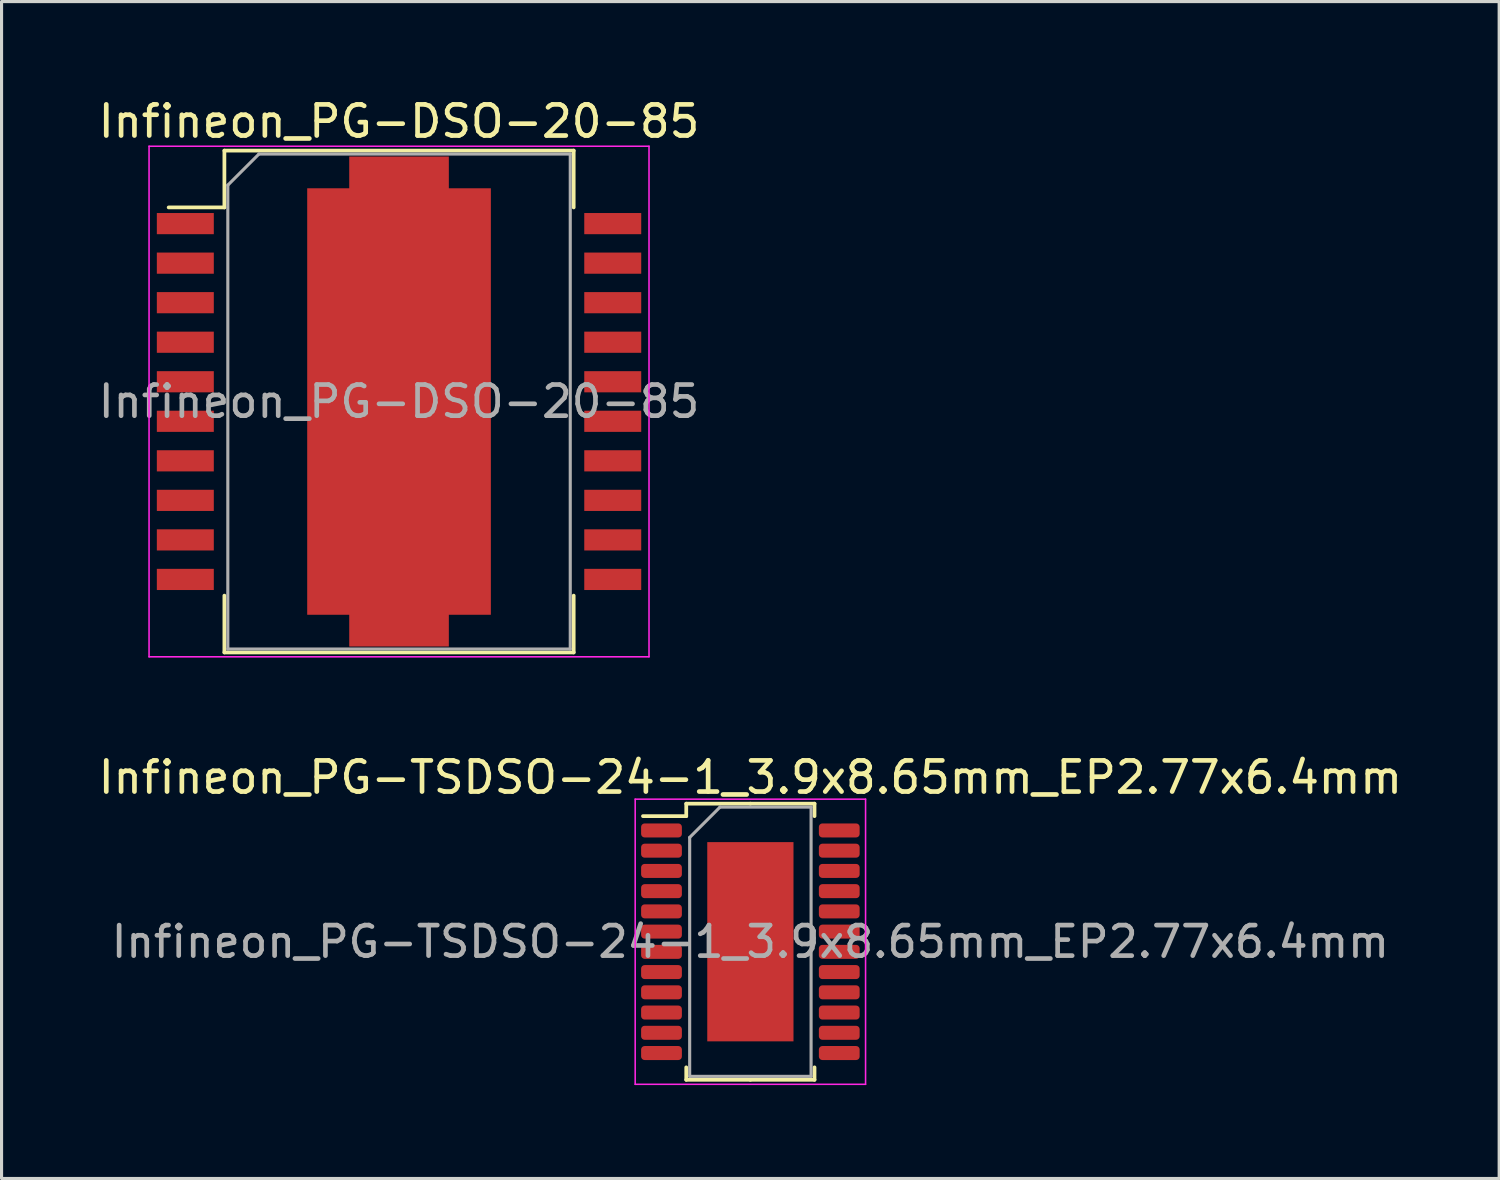
<source format=kicad_pcb>
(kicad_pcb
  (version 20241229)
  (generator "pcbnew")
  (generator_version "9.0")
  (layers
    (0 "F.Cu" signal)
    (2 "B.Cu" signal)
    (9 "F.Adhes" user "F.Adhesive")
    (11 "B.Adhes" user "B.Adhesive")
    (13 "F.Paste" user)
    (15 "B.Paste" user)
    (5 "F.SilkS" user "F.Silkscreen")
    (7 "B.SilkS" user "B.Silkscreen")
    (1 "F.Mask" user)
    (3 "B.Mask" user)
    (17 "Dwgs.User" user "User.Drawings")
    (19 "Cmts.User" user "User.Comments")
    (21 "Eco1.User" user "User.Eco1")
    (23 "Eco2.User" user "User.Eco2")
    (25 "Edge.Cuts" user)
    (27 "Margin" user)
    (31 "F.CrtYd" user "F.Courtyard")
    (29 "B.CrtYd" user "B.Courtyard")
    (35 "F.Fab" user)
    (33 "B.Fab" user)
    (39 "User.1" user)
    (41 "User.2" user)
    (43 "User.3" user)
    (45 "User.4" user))
  (footprint "Infineon_PG-TSDSO-24-1_3.9x8.65mm_EP2.77x6.4mm"
    (layer "F.Cu")
    (at 21.054 27.201)
    (property "Reference" "Infineon_PG-TSDSO-24-1_3.9x8.65mm_EP2.77x6.4mm" (at 0 -5.28 0) (layer "F.SilkS") (effects (font (size 1 1) (thickness 0.15))))
    (attr smd)
    (fp_line (start -2.06 -4.435) (end -2.06 -4.035) (stroke (width 0.12) (type solid)) (layer "F.SilkS"))
    (fp_line (start -2.06 -4.035) (end -3.45 -4.035) (stroke (width 0.12) (type solid)) (layer "F.SilkS"))
    (fp_line (start -2.06 4.435) (end -2.06 4.035) (stroke (width 0.12) (type solid)) (layer "F.SilkS"))
    (fp_line (start 0 -4.435) (end -2.06 -4.435) (stroke (width 0.12) (type solid)) (layer "F.SilkS"))
    (fp_line (start 0 -4.435) (end 2.06 -4.435) (stroke (width 0.12) (type solid)) (layer "F.SilkS"))
    (fp_line (start 0 4.435) (end -2.06 4.435) (stroke (width 0.12) (type solid)) (layer "F.SilkS"))
    (fp_line (start 0 4.435) (end 2.06 4.435) (stroke (width 0.12) (type solid)) (layer "F.SilkS"))
    (fp_line (start 2.06 -4.435) (end 2.06 -4.035) (stroke (width 0.12) (type solid)) (layer "F.SilkS"))
    (fp_line (start 2.06 4.435) (end 2.06 4.035) (stroke (width 0.12) (type solid)) (layer "F.SilkS"))
    (fp_line (start -3.7 -4.58) (end -3.7 4.58) (stroke (width 0.05) (type solid)) (layer "F.CrtYd"))
    (fp_line (start -3.7 4.58) (end 3.7 4.58) (stroke (width 0.05) (type solid)) (layer "F.CrtYd"))
    (fp_line (start 3.7 -4.58) (end -3.7 -4.58) (stroke (width 0.05) (type solid)) (layer "F.CrtYd"))
    (fp_line (start 3.7 4.58) (end 3.7 -4.58) (stroke (width 0.05) (type solid)) (layer "F.CrtYd"))
    (fp_line (start -1.95 -3.35) (end -0.975 -4.325) (stroke (width 0.1) (type solid)) (layer "F.Fab"))
    (fp_line (start -1.95 4.325) (end -1.95 -3.35) (stroke (width 0.1) (type solid)) (layer "F.Fab"))
    (fp_line (start -0.975 -4.325) (end 1.95 -4.325) (stroke (width 0.1) (type solid)) (layer "F.Fab"))
    (fp_line (start 1.95 -4.325) (end 1.95 4.325) (stroke (width 0.1) (type solid)) (layer "F.Fab"))
    (fp_line (start 1.95 4.325) (end -1.95 4.325) (stroke (width 0.1) (type solid)) (layer "F.Fab"))
    (fp_text user "${REFERENCE}" (at 0 0 0) (layer "F.Fab") (effects (font (size 0.98 0.98) (thickness 0.15))))
    (pad "" smd roundrect (at 0 -1.65) (size 2.57 2.9) (layers "F.Paste") (roundrect_rratio 0.112))
    (pad "" smd roundrect (at 0 1.65) (size 2.57 2.9) (layers "F.Paste") (roundrect_rratio 0.112))
    (pad "1" smd roundrect (at -2.855 -3.575) (size 1.31 0.45) (layers "F.Cu" "F.Mask" "F.Paste") (roundrect_rratio 0.25))
    (pad "2" smd roundrect (at -2.855 -2.925) (size 1.31 0.45) (layers "F.Cu" "F.Mask" "F.Paste") (roundrect_rratio 0.25))
    (pad "3" smd roundrect (at -2.855 -2.275) (size 1.31 0.45) (layers "F.Cu" "F.Mask" "F.Paste") (roundrect_rratio 0.25))
    (pad "4" smd roundrect (at -2.855 -1.625) (size 1.31 0.45) (layers "F.Cu" "F.Mask" "F.Paste") (roundrect_rratio 0.25))
    (pad "5" smd roundrect (at -2.855 -0.975) (size 1.31 0.45) (layers "F.Cu" "F.Mask" "F.Paste") (roundrect_rratio 0.25))
    (pad "6" smd roundrect (at -2.855 -0.325) (size 1.31 0.45) (layers "F.Cu" "F.Mask" "F.Paste") (roundrect_rratio 0.25))
    (pad "7" smd roundrect (at -2.855 0.325) (size 1.31 0.45) (layers "F.Cu" "F.Mask" "F.Paste") (roundrect_rratio 0.25))
    (pad "8" smd roundrect (at -2.855 0.975) (size 1.31 0.45) (layers "F.Cu" "F.Mask" "F.Paste") (roundrect_rratio 0.25))
    (pad "9" smd roundrect (at -2.855 1.625) (size 1.31 0.45) (layers "F.Cu" "F.Mask" "F.Paste") (roundrect_rratio 0.25))
    (pad "10" smd roundrect (at -2.855 2.275) (size 1.31 0.45) (layers "F.Cu" "F.Mask" "F.Paste") (roundrect_rratio 0.25))
    (pad "11" smd roundrect (at -2.855 2.925) (size 1.31 0.45) (layers "F.Cu" "F.Mask" "F.Paste") (roundrect_rratio 0.25))
    (pad "12" smd roundrect (at -2.855 3.575) (size 1.31 0.45) (layers "F.Cu" "F.Mask" "F.Paste") (roundrect_rratio 0.25))
    (pad "13" smd roundrect (at 2.855 3.575) (size 1.31 0.45) (layers "F.Cu" "F.Mask" "F.Paste") (roundrect_rratio 0.25))
    (pad "14" smd roundrect (at 2.855 2.925) (size 1.31 0.45) (layers "F.Cu" "F.Mask" "F.Paste") (roundrect_rratio 0.25))
    (pad "15" smd roundrect (at 2.855 2.275) (size 1.31 0.45) (layers "F.Cu" "F.Mask" "F.Paste") (roundrect_rratio 0.25))
    (pad "16" smd roundrect (at 2.855 1.625) (size 1.31 0.45) (layers "F.Cu" "F.Mask" "F.Paste") (roundrect_rratio 0.25))
    (pad "17" smd roundrect (at 2.855 0.975) (size 1.31 0.45) (layers "F.Cu" "F.Mask" "F.Paste") (roundrect_rratio 0.25))
    (pad "18" smd roundrect (at 2.855 0.325) (size 1.31 0.45) (layers "F.Cu" "F.Mask" "F.Paste") (roundrect_rratio 0.25))
    (pad "19" smd roundrect (at 2.855 -0.325) (size 1.31 0.45) (layers "F.Cu" "F.Mask" "F.Paste") (roundrect_rratio 0.25))
    (pad "20" smd roundrect (at 2.855 -0.975) (size 1.31 0.45) (layers "F.Cu" "F.Mask" "F.Paste") (roundrect_rratio 0.25))
    (pad "21" smd roundrect (at 2.855 -1.625) (size 1.31 0.45) (layers "F.Cu" "F.Mask" "F.Paste") (roundrect_rratio 0.25))
    (pad "22" smd roundrect (at 2.855 -2.275) (size 1.31 0.45) (layers "F.Cu" "F.Mask" "F.Paste") (roundrect_rratio 0.25))
    (pad "23" smd roundrect (at 2.855 -2.925) (size 1.31 0.45) (layers "F.Cu" "F.Mask" "F.Paste") (roundrect_rratio 0.25))
    (pad "24" smd roundrect (at 2.855 -3.575) (size 1.31 0.45) (layers "F.Cu" "F.Mask" "F.Paste") (roundrect_rratio 0.25))
    (pad "25" smd rect (at 0 0) (size 2.77 6.4) (layers "F.Cu" "F.Mask")))
  (footprint "Infineon_PG-DSO-20-85"
    (layer "F.Cu")
    (at 9.768 9.848)
    (property "Reference" "Infineon_PG-DSO-20-85" (at 0 -9 0) (layer "F.SilkS") (effects (font (size 1 1) (thickness 0.15))))
    (attr smd)
    (fp_line (start -7.4 -6.235) (end -5.61 -6.235) (stroke (width 0.12) (type solid)) (layer "F.SilkS"))
    (fp_line (start -5.61 -8.06) (end 5.61 -8.06) (stroke (width 0.12) (type solid)) (layer "F.SilkS"))
    (fp_line (start -5.61 -6.235) (end -5.61 -8.06) (stroke (width 0.12) (type solid)) (layer "F.SilkS"))
    (fp_line (start -5.61 6.235) (end -5.61 8.06) (stroke (width 0.12) (type solid)) (layer "F.SilkS"))
    (fp_line (start 5.61 -6.235) (end 5.61 -8.06) (stroke (width 0.12) (type solid)) (layer "F.SilkS"))
    (fp_line (start 5.61 6.235) (end 5.61 8.06) (stroke (width 0.12) (type solid)) (layer "F.SilkS"))
    (fp_line (start 5.61 8.06) (end -5.61 8.06) (stroke (width 0.12) (type solid)) (layer "F.SilkS"))
    (fp_line (start -8.03 -8.2) (end 8.03 -8.2) (stroke (width 0.05) (type solid)) (layer "F.CrtYd"))
    (fp_line (start -8.03 8.2) (end -8.03 -8.2) (stroke (width 0.05) (type solid)) (layer "F.CrtYd"))
    (fp_line (start -8.03 8.2) (end 8.03 8.2) (stroke (width 0.05) (type solid)) (layer "F.CrtYd"))
    (fp_line (start 8.03 8.2) (end 8.03 -8.2) (stroke (width 0.05) (type solid)) (layer "F.CrtYd"))
    (fp_line (start -5.5 -6.95) (end -4.5 -7.95) (stroke (width 0.1) (type solid)) (layer "F.Fab"))
    (fp_line (start -5.5 7.95) (end -5.5 -6.95) (stroke (width 0.1) (type solid)) (layer "F.Fab"))
    (fp_line (start -4.5 -7.95) (end 5.5 -7.95) (stroke (width 0.1) (type solid)) (layer "F.Fab"))
    (fp_line (start 5.5 -7.95) (end 5.5 7.95) (stroke (width 0.1) (type solid)) (layer "F.Fab"))
    (fp_line (start 5.5 7.95) (end -5.5 7.95) (stroke (width 0.1) (type solid)) (layer "F.Fab"))
    (fp_text user "${REFERENCE}" (at 0 0 0) (layer "F.Fab") (effects (font (size 1 1) (thickness 0.15))))
    (pad "" smd rect (at -1.4 -4.95) (size 2.4 2.8) (layers "F.Paste"))
    (pad "" smd rect (at -1.4 -1.65) (size 2.4 2.8) (layers "F.Paste"))
    (pad "" smd rect (at -1.4 1.65) (size 2.4 2.8) (layers "F.Paste"))
    (pad "" smd rect (at -1.4 4.95) (size 2.4 2.8) (layers "F.Paste"))
    (pad "" smd rect (at 0 -7.36) (size 3.2 1) (layers "F.Paste"))
    (pad "" smd rect (at 0 7.36) (size 3.2 1) (layers "F.Paste"))
    (pad "" smd rect (at 1.4 -4.95) (size 2.4 2.8) (layers "F.Paste"))
    (pad "" smd rect (at 1.4 -1.65) (size 2.4 2.8) (layers "F.Paste"))
    (pad "" smd rect (at 1.4 1.65) (size 2.4 2.8) (layers "F.Paste"))
    (pad "" smd rect (at 1.4 4.95) (size 2.4 2.8) (layers "F.Paste"))
    (pad "1" smd rect (at -6.865 -5.715) (size 1.83 0.68) (layers "F.Cu" "F.Mask" "F.Paste"))
    (pad "2" smd rect (at -6.865 -4.445) (size 1.83 0.68) (layers "F.Cu" "F.Mask" "F.Paste"))
    (pad "3" smd rect (at -6.865 -3.175) (size 1.83 0.68) (layers "F.Cu" "F.Mask" "F.Paste"))
    (pad "4" smd rect (at -6.865 -1.905) (size 1.83 0.68) (layers "F.Cu" "F.Mask" "F.Paste"))
    (pad "5" smd rect (at -6.865 -0.635) (size 1.83 0.68) (layers "F.Cu" "F.Mask" "F.Paste"))
    (pad "6" smd rect (at -6.865 0.635) (size 1.83 0.68) (layers "F.Cu" "F.Mask" "F.Paste"))
    (pad "7" smd rect (at -6.865 1.905) (size 1.83 0.68) (layers "F.Cu" "F.Mask" "F.Paste"))
    (pad "8" smd rect (at -6.865 3.175) (size 1.83 0.68) (layers "F.Cu" "F.Mask" "F.Paste"))
    (pad "9" smd rect (at -6.865 4.445) (size 1.83 0.68) (layers "F.Cu" "F.Mask" "F.Paste"))
    (pad "10" smd rect (at -6.865 5.715) (size 1.83 0.68) (layers "F.Cu" "F.Mask" "F.Paste"))
    (pad "11" smd rect (at 6.865 5.715) (size 1.83 0.68) (layers "F.Cu" "F.Mask" "F.Paste"))
    (pad "12" smd rect (at 6.865 4.445) (size 1.83 0.68) (layers "F.Cu" "F.Mask" "F.Paste"))
    (pad "13" smd rect (at 6.865 3.175) (size 1.83 0.68) (layers "F.Cu" "F.Mask" "F.Paste"))
    (pad "14" smd rect (at 6.865 1.905) (size 1.83 0.68) (layers "F.Cu" "F.Mask" "F.Paste"))
    (pad "15" smd rect (at 6.865 0.635) (size 1.83 0.68) (layers "F.Cu" "F.Mask" "F.Paste"))
    (pad "16" smd rect (at 6.865 -0.635) (size 1.83 0.68) (layers "F.Cu" "F.Mask" "F.Paste"))
    (pad "17" smd rect (at 6.865 -1.905) (size 1.83 0.68) (layers "F.Cu" "F.Mask" "F.Paste"))
    (pad "18" smd rect (at 6.865 -3.175) (size 1.83 0.68) (layers "F.Cu" "F.Mask" "F.Paste"))
    (pad "19" smd rect (at 6.865 -4.445) (size 1.83 0.68) (layers "F.Cu" "F.Mask" "F.Paste"))
    (pad "20" smd rect (at 6.865 -5.715) (size 1.83 0.68) (layers "F.Cu" "F.Mask" "F.Paste"))
    (pad "21" smd custom (at 0 0) (size 5.9 13.7) (layers "F.Cu" "F.Mask") (options (anchor rect)) (primitives (gr_poly (pts (xy 1.6 7.87) (xy -1.6 7.87) (xy -1.6 -7.87) (xy 1.6 -7.87)) (width 0) (fill yes)))))
  (gr_rect
    (start -3 -3)
    (end 45.107 34.806)
    (stroke (width 0.1) (type default))
    (fill no)
    (layer "Edge.Cuts")))
</source>
